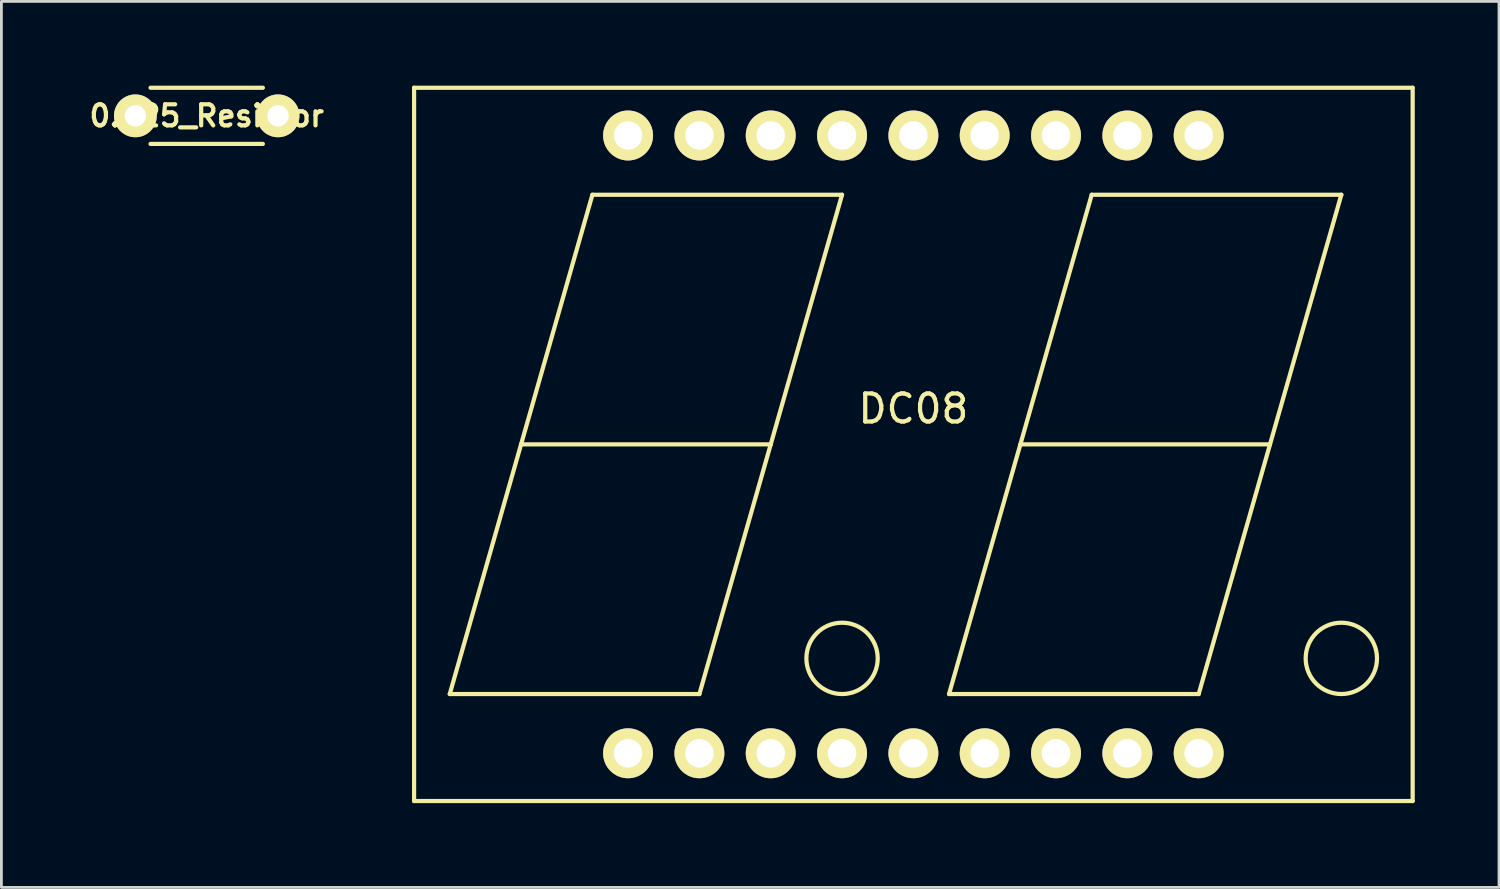
<source format=kicad_pcb>
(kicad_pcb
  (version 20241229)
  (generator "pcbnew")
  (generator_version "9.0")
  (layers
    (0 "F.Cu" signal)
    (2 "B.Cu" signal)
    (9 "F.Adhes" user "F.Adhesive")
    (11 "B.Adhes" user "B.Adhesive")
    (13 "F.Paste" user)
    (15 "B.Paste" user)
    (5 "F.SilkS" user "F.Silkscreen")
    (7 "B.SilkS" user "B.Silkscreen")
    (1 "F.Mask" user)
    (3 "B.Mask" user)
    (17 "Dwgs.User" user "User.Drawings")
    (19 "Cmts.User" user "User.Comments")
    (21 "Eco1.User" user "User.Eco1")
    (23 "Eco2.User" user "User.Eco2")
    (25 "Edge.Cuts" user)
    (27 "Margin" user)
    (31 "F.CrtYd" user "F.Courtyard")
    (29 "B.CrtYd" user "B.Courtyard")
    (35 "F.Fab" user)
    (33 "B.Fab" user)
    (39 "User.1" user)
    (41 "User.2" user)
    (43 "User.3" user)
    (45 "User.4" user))
  (footprint "DC08"
    (layer "F.Cu")
    (at 29.476 12.775)
    (property "Reference" "DC08" (at 0 -1.27 0) (layer "F.SilkS") (effects (font (size 1 1) (thickness 0.15))))
    (attr through_hole)
    (fp_line (start -17.78 -12.7) (end -17.78 12.7) (stroke (width 0.15) (type solid)) (layer "F.SilkS"))
    (fp_line (start -17.78 -12.7) (end 17.78 -12.7) (stroke (width 0.15) (type solid)) (layer "F.SilkS"))
    (fp_line (start -17.78 12.7) (end 17.78 12.7) (stroke (width 0.15) (type solid)) (layer "F.SilkS"))
    (fp_line (start -16.51 8.89) (end -13.97 0) (stroke (width 0.15) (type solid)) (layer "F.SilkS"))
    (fp_line (start -13.97 0) (end -11.43 -8.89) (stroke (width 0.15) (type solid)) (layer "F.SilkS"))
    (fp_line (start -13.97 0) (end -5.08 0) (stroke (width 0.15) (type solid)) (layer "F.SilkS"))
    (fp_line (start -11.43 -8.89) (end -2.54 -8.89) (stroke (width 0.15) (type solid)) (layer "F.SilkS"))
    (fp_line (start -7.62 8.89) (end -16.51 8.89) (stroke (width 0.15) (type solid)) (layer "F.SilkS"))
    (fp_line (start -5.08 0) (end -7.62 8.89) (stroke (width 0.15) (type solid)) (layer "F.SilkS"))
    (fp_line (start -2.54 -8.89) (end -5.08 0) (stroke (width 0.15) (type solid)) (layer "F.SilkS"))
    (fp_line (start 3.81 0) (end 12.7 0) (stroke (width 0.15) (type solid)) (layer "F.SilkS"))
    (fp_line (start 6.35 -8.89) (end 1.27 8.89) (stroke (width 0.15) (type solid)) (layer "F.SilkS"))
    (fp_line (start 6.35 -8.89) (end 15.24 -8.89) (stroke (width 0.15) (type solid)) (layer "F.SilkS"))
    (fp_line (start 10.16 8.89) (end 1.27 8.89) (stroke (width 0.15) (type solid)) (layer "F.SilkS"))
    (fp_line (start 15.24 -8.89) (end 10.16 8.89) (stroke (width 0.15) (type solid)) (layer "F.SilkS"))
    (fp_line (start 17.78 12.7) (end 17.78 -12.7) (stroke (width 0.15) (type solid)) (layer "F.SilkS"))
    (fp_circle (center -2.54 7.62) (end -2.54 8.89) (stroke (width 0.15) (type solid)) (fill no) (layer "F.SilkS"))
    (fp_circle (center 15.24 7.62) (end 16.51 7.62) (stroke (width 0.15) (type solid)) (fill no) (layer "F.SilkS"))
    (pad "1" thru_hole circle (at -10.16 11) (size 1.778 1.778) (drill 1.016) (layers "*.Cu" "*.Mask" "F.SilkS"))
    (pad "2" thru_hole circle (at -7.62 11) (size 1.778 1.778) (drill 1.016) (layers "*.Cu" "*.Mask" "F.SilkS"))
    (pad "3" thru_hole circle (at -5.08 11) (size 1.778 1.778) (drill 1.016) (layers "*.Cu" "*.Mask" "F.SilkS"))
    (pad "4" thru_hole circle (at -2.54 11) (size 1.778 1.778) (drill 1.016) (layers "*.Cu" "*.Mask" "F.SilkS"))
    (pad "5" thru_hole circle (at 0 11) (size 1.778 1.778) (drill 1.016) (layers "*.Cu" "*.Mask" "F.SilkS"))
    (pad "6" thru_hole circle (at 2.54 11) (size 1.778 1.778) (drill 1.016) (layers "*.Cu" "*.Mask" "F.SilkS"))
    (pad "7" thru_hole circle (at 5.08 11) (size 1.778 1.778) (drill 1.016) (layers "*.Cu" "*.Mask" "F.SilkS"))
    (pad "8" thru_hole circle (at 7.62 11) (size 1.778 1.778) (drill 1.016) (layers "*.Cu" "*.Mask" "F.SilkS"))
    (pad "9" thru_hole circle (at 10.16 11) (size 1.778 1.778) (drill 1.016) (layers "*.Cu" "*.Mask" "F.SilkS"))
    (pad "10" thru_hole circle (at 10.16 -11) (size 1.778 1.778) (drill 1.016) (layers "*.Cu" "*.Mask" "F.SilkS"))
    (pad "11" thru_hole circle (at 7.62 -11) (size 1.778 1.778) (drill 1.016) (layers "*.Cu" "*.Mask" "F.SilkS"))
    (pad "12" thru_hole circle (at 5.08 -11) (size 1.778 1.778) (drill 1.016) (layers "*.Cu" "*.Mask" "F.SilkS"))
    (pad "13" thru_hole circle (at 2.54 -11) (size 1.778 1.778) (drill 1.016) (layers "*.Cu" "*.Mask" "F.SilkS"))
    (pad "14" thru_hole circle (at 0 -11) (size 1.778 1.778) (drill 1.016) (layers "*.Cu" "*.Mask" "F.SilkS"))
    (pad "15" thru_hole circle (at -2.54 -11) (size 1.778 1.778) (drill 1.016) (layers "*.Cu" "*.Mask" "F.SilkS"))
    (pad "16" thru_hole circle (at -5.08 -11) (size 1.778 1.778) (drill 1.016) (layers "*.Cu" "*.Mask" "F.SilkS"))
    (pad "17" thru_hole circle (at -7.62 -11) (size 1.778 1.778) (drill 1.016) (layers "*.Cu" "*.Mask" "F.SilkS"))
    (pad "18" thru_hole circle (at -10.16 -11) (size 1.778 1.778) (drill 1.016) (layers "*.Cu" "*.Mask" "F.SilkS")))
  (footprint "0.125_Resistor"
    (layer "F.Cu")
    (at 4.311 1.075)
    (property "Reference" "0.125_Resistor" (at 0 0 0) (layer "F.SilkS") (effects (font (size 0.75 0.75) (thickness 0.15))))
    (attr through_hole)
    (fp_line (start -2 -1) (end 2 -1) (stroke (width 0.15) (type solid)) (layer "F.SilkS"))
    (fp_line (start -2 1) (end 2 1) (stroke (width 0.15) (type solid)) (layer "F.SilkS"))
    (pad "1" thru_hole circle (at -2.54 0) (size 1.524 1.524) (drill 0.762) (layers "*.Cu" "*.Mask" "F.SilkS"))
    (pad "2" thru_hole circle (at 2.54 0) (size 1.524 1.524) (drill 0.762) (layers "*.Cu" "*.Mask" "F.SilkS")))
  (gr_rect
    (start -3 -3)
    (end 50.331 28.55)
    (stroke (width 0.1) (type default))
    (fill no)
    (layer "Edge.Cuts")))
</source>
